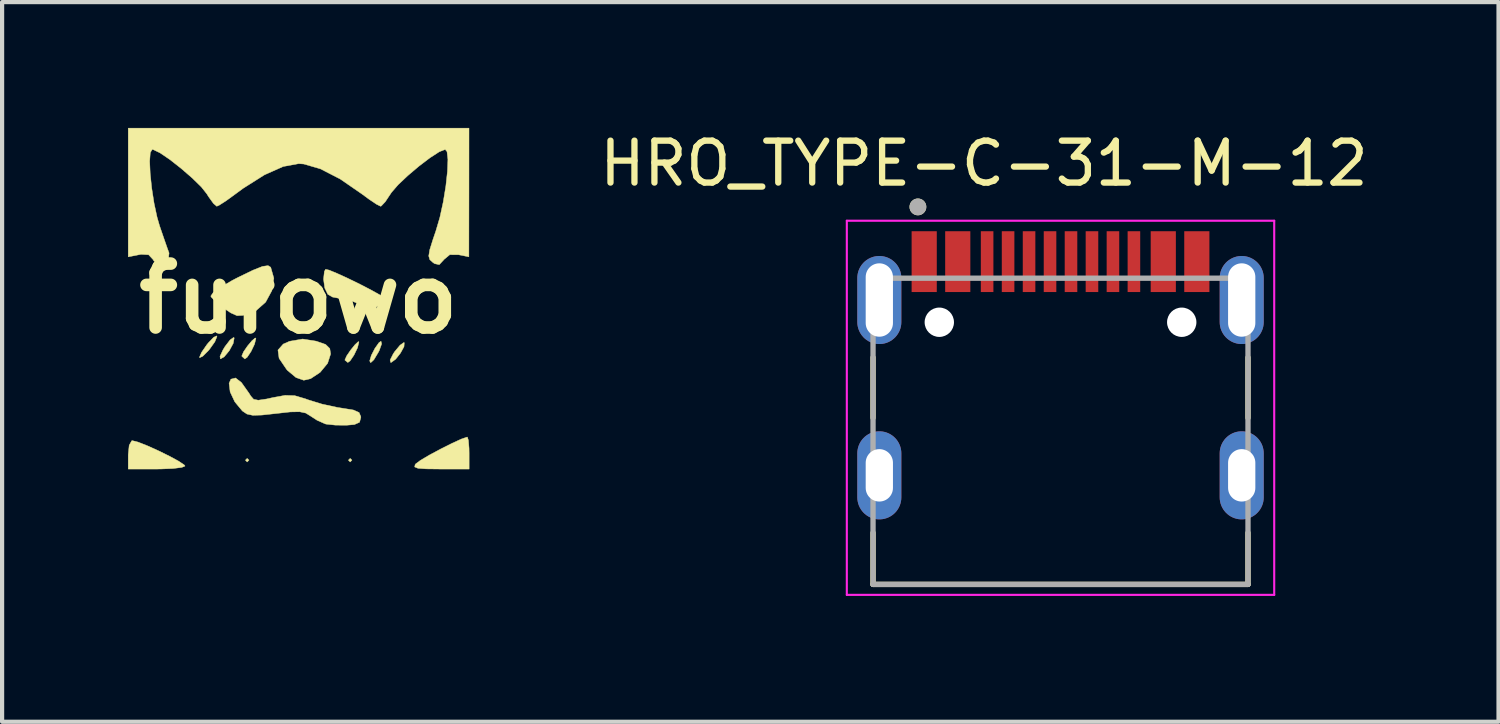
<source format=kicad_pcb>
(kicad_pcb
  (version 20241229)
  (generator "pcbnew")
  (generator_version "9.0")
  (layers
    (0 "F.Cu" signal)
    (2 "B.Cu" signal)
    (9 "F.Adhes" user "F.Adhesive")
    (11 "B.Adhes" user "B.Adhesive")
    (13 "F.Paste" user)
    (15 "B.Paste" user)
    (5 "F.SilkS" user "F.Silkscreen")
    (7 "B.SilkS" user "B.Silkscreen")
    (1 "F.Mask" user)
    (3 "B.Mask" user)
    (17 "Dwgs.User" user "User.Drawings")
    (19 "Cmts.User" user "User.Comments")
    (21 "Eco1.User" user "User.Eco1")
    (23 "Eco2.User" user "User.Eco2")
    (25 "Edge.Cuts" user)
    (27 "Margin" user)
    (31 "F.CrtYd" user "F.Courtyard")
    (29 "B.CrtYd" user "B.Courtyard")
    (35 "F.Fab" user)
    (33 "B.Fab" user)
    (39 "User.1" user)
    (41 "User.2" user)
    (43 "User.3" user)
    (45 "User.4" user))
  (footprint "furowo"
    (layer "F.Cu")
    (at 4.071 4.069)
    (property "Reference" "furowo" (at 0 0 0) (layer "F.SilkS") (effects (font (size 1.524 1.524) (thickness 0.3))))
    (attr through_hole)
    (fp_poly (pts (xy -1.185 3.852) (xy -1.228 3.895) (xy -1.27 3.852) (xy -1.228 3.81) (xy -1.185 3.852)) (stroke (width 0.01) (type solid)) (fill yes) (layer "F.SilkS"))
    (fp_poly (pts (xy 1.27 3.852) (xy 1.228 3.895) (xy 1.185 3.852) (xy 1.228 3.81) (xy 1.27 3.852)) (stroke (width 0.01) (type solid)) (fill yes) (layer "F.SilkS"))
    (fp_poly (pts (xy -1.537 0.937) (xy -1.56 1.067) (xy -1.654 1.241) (xy -1.776 1.388) (xy -1.865 1.439) (xy -1.876 1.378) (xy -1.805 1.224) (xy -1.758 1.146) (xy -1.635 0.985) (xy -1.552 0.926) (xy -1.537 0.937)) (stroke (width 0.01) (type solid)) (fill yes) (layer "F.SilkS"))
    (fp_poly (pts (xy 1.978 1.08) (xy 1.921 1.239) (xy 1.905 1.27) (xy 1.792 1.459) (xy 1.716 1.529) (xy 1.693 1.486) (xy 1.732 1.354) (xy 1.819 1.185) (xy 1.914 1.051) (xy 1.963 1.016) (xy 1.978 1.08)) (stroke (width 0.01) (type solid)) (fill yes) (layer "F.SilkS"))
    (fp_poly (pts (xy -1.019 0.949) (xy -1.052 1.086) (xy -1.135 1.26) (xy -1.229 1.4) (xy -1.284 1.439) (xy -1.354 1.376) (xy -1.355 1.364) (xy -1.314 1.268) (xy -1.22 1.131) (xy -1.114 1.004) (xy -1.035 0.938) (xy -1.019 0.949)) (stroke (width 0.01) (type solid)) (fill yes) (layer "F.SilkS"))
    (fp_poly (pts (xy 1.437 1.033) (xy 1.403 1.172) (xy 1.319 1.347) (xy 1.225 1.486) (xy 1.172 1.524) (xy 1.103 1.468) (xy 1.103 1.46) (xy 1.144 1.367) (xy 1.238 1.229) (xy 1.344 1.098) (xy 1.421 1.026) (xy 1.437 1.033)) (stroke (width 0.01) (type solid)) (fill yes) (layer "F.SilkS"))
    (fp_poly (pts (xy 2.518 1.051) (xy 2.511 1.146) (xy 2.428 1.298) (xy 2.312 1.445) (xy 2.207 1.522) (xy 2.194 1.524) (xy 2.18 1.465) (xy 2.254 1.318) (xy 2.289 1.265) (xy 2.418 1.11) (xy 2.507 1.047) (xy 2.518 1.051)) (stroke (width 0.01) (type solid)) (fill yes) (layer "F.SilkS"))
    (fp_poly (pts (xy -1.948 0.905) (xy -1.999 1.031) (xy -2.127 1.21) (xy -2.156 1.244) (xy -2.288 1.375) (xy -2.36 1.409) (xy -2.365 1.397) (xy -2.315 1.282) (xy -2.192 1.103) (xy -2.156 1.058) (xy -2.027 0.923) (xy -1.954 0.889) (xy -1.948 0.905)) (stroke (width 0.01) (type solid)) (fill yes) (layer "F.SilkS"))
    (fp_poly (pts (xy -3.83 3.421) (xy -3.607 3.509) (xy -3.341 3.629) (xy -3.075 3.76) (xy -2.855 3.88) (xy -2.726 3.968) (xy -2.709 3.992) (xy -2.787 4.025) (xy -2.994 4.051) (xy -3.291 4.063) (xy -3.387 4.064) (xy -4.064 4.064) (xy -4.064 3.725) (xy -4.041 3.498) (xy -3.981 3.39) (xy -3.965 3.387) (xy -3.83 3.421)) (stroke (width 0.01) (type solid)) (fill yes) (layer "F.SilkS"))
    (fp_poly (pts (xy 0.418 1.015) (xy 0.642 1.093) (xy 0.742 1.191) (xy 0.762 1.32) (xy 0.69 1.543) (xy 0.512 1.758) (xy 0.285 1.909) (xy 0.122 1.947) (xy -0.064 1.882) (xy -0.265 1.714) (xy -0.289 1.687) (xy -0.467 1.424) (xy -0.494 1.227) (xy -0.368 1.084) (xy -0.217 1.018) (xy 0.093 0.964) (xy 0.418 1.015)) (stroke (width 0.01) (type solid)) (fill yes) (layer "F.SilkS"))
    (fp_poly (pts (xy 4.047 3.378) (xy 4.062 3.569) (xy 4.064 3.683) (xy 4.064 4.064) (xy 3.376 4.064) (xy 3.039 4.06) (xy 2.845 4.046) (xy 2.766 4.014) (xy 2.776 3.96) (xy 2.792 3.939) (xy 2.904 3.856) (xy 3.117 3.73) (xy 3.384 3.587) (xy 3.655 3.451) (xy 3.882 3.347) (xy 4.016 3.302) (xy 4.022 3.302) (xy 4.047 3.378)) (stroke (width 0.01) (type solid)) (fill yes) (layer "F.SilkS"))
    (fp_poly (pts (xy -0.667 -0.748) (xy -0.592 -0.486) (xy -0.639 -0.19) (xy -0.788 0.085) (xy -1.015 0.286) (xy -1.111 0.329) (xy -1.328 0.4) (xy -1.47 0.407) (xy -1.616 0.342) (xy -1.78 0.233) (xy -1.968 0.087) (xy -2.084 -0.037) (xy -2.095 -0.06) (xy -2.039 -0.142) (xy -1.856 -0.274) (xy -1.575 -0.438) (xy -1.433 -0.511) (xy -1.088 -0.678) (xy -0.863 -0.767) (xy -0.73 -0.786) (xy -0.667 -0.748)) (stroke (width 0.01) (type solid)) (fill yes) (layer "F.SilkS"))
    (fp_poly (pts (xy 0.726 -0.679) (xy 0.919 -0.599) (xy 1.177 -0.481) (xy 1.46 -0.343) (xy 1.726 -0.205) (xy 1.934 -0.089) (xy 2.023 -0.03) (xy 2.011 0.045) (xy 1.917 0.154) (xy 1.799 0.238) (xy 1.746 0.251) (xy 1.608 0.21) (xy 1.439 0.127) (xy 1.201 0.033) (xy 1.012 0.003) (xy 0.806 -0.037) (xy 0.694 -0.102) (xy 0.622 -0.252) (xy 0.593 -0.463) (xy 0.613 -0.647) (xy 0.642 -0.698) (xy 0.726 -0.679)) (stroke (width 0.01) (type solid)) (fill yes) (layer "F.SilkS"))
    (fp_poly (pts (xy -1.366 2) (xy -1.184 2.256) (xy -1.143 2.322) (xy -1.074 2.401) (xy -0.963 2.423) (xy -0.761 2.393) (xy -0.619 2.361) (xy -0.324 2.307) (xy -0.095 2.314) (xy 0.16 2.389) (xy 0.215 2.41) (xy 0.554 2.515) (xy 0.928 2.596) (xy 1.046 2.614) (xy 1.308 2.657) (xy 1.44 2.716) (xy 1.481 2.812) (xy 1.482 2.836) (xy 1.451 2.949) (xy 1.329 3.003) (xy 1.143 3.019) (xy 0.879 3.017) (xy 0.663 2.994) (xy 0.635 2.988) (xy 0.437 2.9) (xy 0.285 2.801) (xy 0.169 2.729) (xy 0.023 2.698) (xy -0.199 2.702) (xy -0.54 2.74) (xy -0.878 2.777) (xy -1.094 2.783) (xy -1.232 2.753) (xy -1.337 2.683) (xy -1.346 2.675) (xy -1.523 2.461) (xy -1.634 2.225) (xy -1.659 2.019) (xy -1.615 1.921) (xy -1.506 1.892) (xy -1.366 2)) (stroke (width 0.01) (type solid)) (fill yes) (layer "F.SilkS"))
    (fp_poly (pts (xy 4.06 -2.53) (xy 4.058 -0.996) (xy 3.815 -1.045) (xy 3.603 -1.047) (xy 3.463 -0.931) (xy 3.458 -0.923) (xy 3.352 -0.809) (xy 3.24 -0.833) (xy 3.197 -0.864) (xy 3.126 -0.929) (xy 3.101 -1.016) (xy 3.125 -1.163) (xy 3.201 -1.407) (xy 3.269 -1.606) (xy 3.366 -1.934) (xy 3.447 -2.305) (xy 3.509 -2.683) (xy 3.547 -3.033) (xy 3.558 -3.318) (xy 3.537 -3.503) (xy 3.493 -3.556) (xy 3.353 -3.501) (xy 3.132 -3.358) (xy 2.869 -3.158) (xy 2.602 -2.932) (xy 2.37 -2.713) (xy 2.212 -2.53) (xy 2.188 -2.494) (xy 2.065 -2.309) (xy 1.97 -2.208) (xy 1.953 -2.201) (xy 1.856 -2.249) (xy 1.673 -2.372) (xy 1.517 -2.487) (xy 0.991 -2.85) (xy 0.519 -3.093) (xy 0.121 -3.209) (xy 0 -3.217) (xy -0.369 -3.149) (xy -0.816 -2.95) (xy -1.324 -2.629) (xy -1.517 -2.487) (xy -1.733 -2.33) (xy -1.896 -2.226) (xy -1.953 -2.201) (xy -2.031 -2.267) (xy -2.15 -2.432) (xy -2.188 -2.494) (xy -2.322 -2.663) (xy -2.54 -2.876) (xy -2.802 -3.103) (xy -3.069 -3.313) (xy -3.304 -3.473) (xy -3.468 -3.552) (xy -3.493 -3.556) (xy -3.538 -3.479) (xy -3.553 -3.275) (xy -3.54 -2.981) (xy -3.504 -2.635) (xy -3.448 -2.275) (xy -3.376 -1.94) (xy -3.317 -1.736) (xy -3.217 -1.445) (xy -3.133 -1.204) (xy -3.09 -1.086) (xy -3.107 -0.933) (xy -3.207 -0.852) (xy -3.356 -0.808) (xy -3.455 -0.901) (xy -3.469 -0.928) (xy -3.578 -1.045) (xy -3.758 -1.055) (xy -3.812 -1.045) (xy -4.064 -0.995) (xy -4.064 -4.064) (xy 4.061 -4.064) (xy 4.06 -2.53)) (stroke (width 0.01) (type solid)) (fill yes) (layer "F.SilkS")))
  (footprint "HRO_TYPE-C-31-M-12"
    (layer "F.Cu")
    (at 22.235 8.283)
    (property "Reference" "HRO_TYPE-C-31-M-12" (at -1.825 -7.435 0) (layer "F.SilkS") (effects (font (size 1 1) (thickness 0.15))))
    (attr through_hole)
    (fp_line (start -4.47 -2.81) (end -4.47 -1.37) (stroke (width 0.127) (type solid)) (layer "F.SilkS"))
    (fp_line (start -4.47 2.6) (end -4.47 1.37) (stroke (width 0.127) (type solid)) (layer "F.SilkS"))
    (fp_line (start 4.47 -2.81) (end 4.47 -1.37) (stroke (width 0.127) (type solid)) (layer "F.SilkS"))
    (fp_line (start 4.47 1.37) (end 4.47 2.6) (stroke (width 0.127) (type solid)) (layer "F.SilkS"))
    (fp_line (start 4.47 2.6) (end -4.47 2.6) (stroke (width 0.127) (type solid)) (layer "F.SilkS"))
    (fp_circle (center -3.4 -6.4) (end -3.3 -6.4) (stroke (width 0.2) (type solid)) (fill no) (layer "F.SilkS"))
    (fp_line (start -5.095 -6.07) (end -5.095 2.85) (stroke (width 0.05) (type solid)) (layer "F.CrtYd"))
    (fp_line (start -5.095 2.85) (end 5.095 2.85) (stroke (width 0.05) (type solid)) (layer "F.CrtYd"))
    (fp_line (start 5.095 -6.07) (end -5.095 -6.07) (stroke (width 0.05) (type solid)) (layer "F.CrtYd"))
    (fp_line (start 5.095 2.85) (end 5.095 -6.07) (stroke (width 0.05) (type solid)) (layer "F.CrtYd"))
    (fp_line (start -4.47 -4.7) (end -4.47 2.6) (stroke (width 0.127) (type solid)) (layer "F.Fab"))
    (fp_line (start -4.47 2.6) (end 4.47 2.6) (stroke (width 0.127) (type solid)) (layer "F.Fab"))
    (fp_line (start 4.47 -4.7) (end -4.47 -4.7) (stroke (width 0.127) (type solid)) (layer "F.Fab"))
    (fp_line (start 4.47 2.6) (end 4.47 -4.7) (stroke (width 0.127) (type solid)) (layer "F.Fab"))
    (fp_circle (center -3.4 -6.4) (end -3.3 -6.4) (stroke (width 0.2) (type solid)) (fill no) (layer "F.Fab"))
    (pad "" np_thru_hole circle (at -2.89 -3.65) (size 0.7 0.7) (drill 0.7) (layers "*.Cu" "*.Mask"))
    (pad "" np_thru_hole circle (at 2.89 -3.65) (size 0.7 0.7) (drill 0.7) (layers "*.Cu" "*.Mask"))
    (pad "A1" smd rect (at -3.25 -5.095) (size 0.6 1.45) (layers "F.Cu" "F.Mask" "F.Paste"))
    (pad "A4" smd rect (at -2.45 -5.095) (size 0.6 1.45) (layers "F.Cu" "F.Mask" "F.Paste"))
    (pad "A5" smd rect (at -1.25 -5.095) (size 0.3 1.45) (layers "F.Cu" "F.Mask" "F.Paste"))
    (pad "A6" smd rect (at -0.25 -5.095) (size 0.3 1.45) (layers "F.Cu" "F.Mask" "F.Paste"))
    (pad "A7" smd rect (at 0.25 -5.095) (size 0.3 1.45) (layers "F.Cu" "F.Mask" "F.Paste"))
    (pad "A8" smd rect (at 1.25 -5.095) (size 0.3 1.45) (layers "F.Cu" "F.Mask" "F.Paste"))
    (pad "A9" smd rect (at 2.45 -5.095) (size 0.6 1.45) (layers "F.Cu" "F.Mask" "F.Paste"))
    (pad "A12" smd rect (at 3.25 -5.095) (size 0.6 1.45) (layers "F.Cu" "F.Mask" "F.Paste"))
    (pad "B5" smd rect (at 1.75 -5.095) (size 0.3 1.45) (layers "F.Cu" "F.Mask" "F.Paste"))
    (pad "B6" smd rect (at 0.75 -5.095) (size 0.3 1.45) (layers "F.Cu" "F.Mask" "F.Paste"))
    (pad "B7" smd rect (at -0.75 -5.095) (size 0.3 1.45) (layers "F.Cu" "F.Mask" "F.Paste"))
    (pad "B8" smd rect (at -1.75 -5.095) (size 0.3 1.45) (layers "F.Cu" "F.Mask" "F.Paste"))
    (pad "S1" thru_hole oval (at -4.32 -4.18) (size 1.05 2.1) (drill oval 0.65 1.75) (layers "*.Cu" "*.Mask"))
    (pad "S2" thru_hole oval (at 4.32 -4.18) (size 1.05 2.1) (drill oval 0.65 1.75) (layers "*.Cu" "*.Mask"))
    (pad "S3" thru_hole oval (at -4.32 0) (size 1.05 2.1) (drill oval 0.65 1.25) (layers "*.Cu" "*.Mask"))
    (pad "S4" thru_hole oval (at 4.32 0) (size 1.05 2.1) (drill oval 0.65 1.25) (layers "*.Cu" "*.Mask")))
  (gr_rect
    (start -3 -3)
    (end 32.678 14.158)
    (stroke (width 0.1) (type default))
    (fill no)
    (layer "Edge.Cuts")))
</source>
